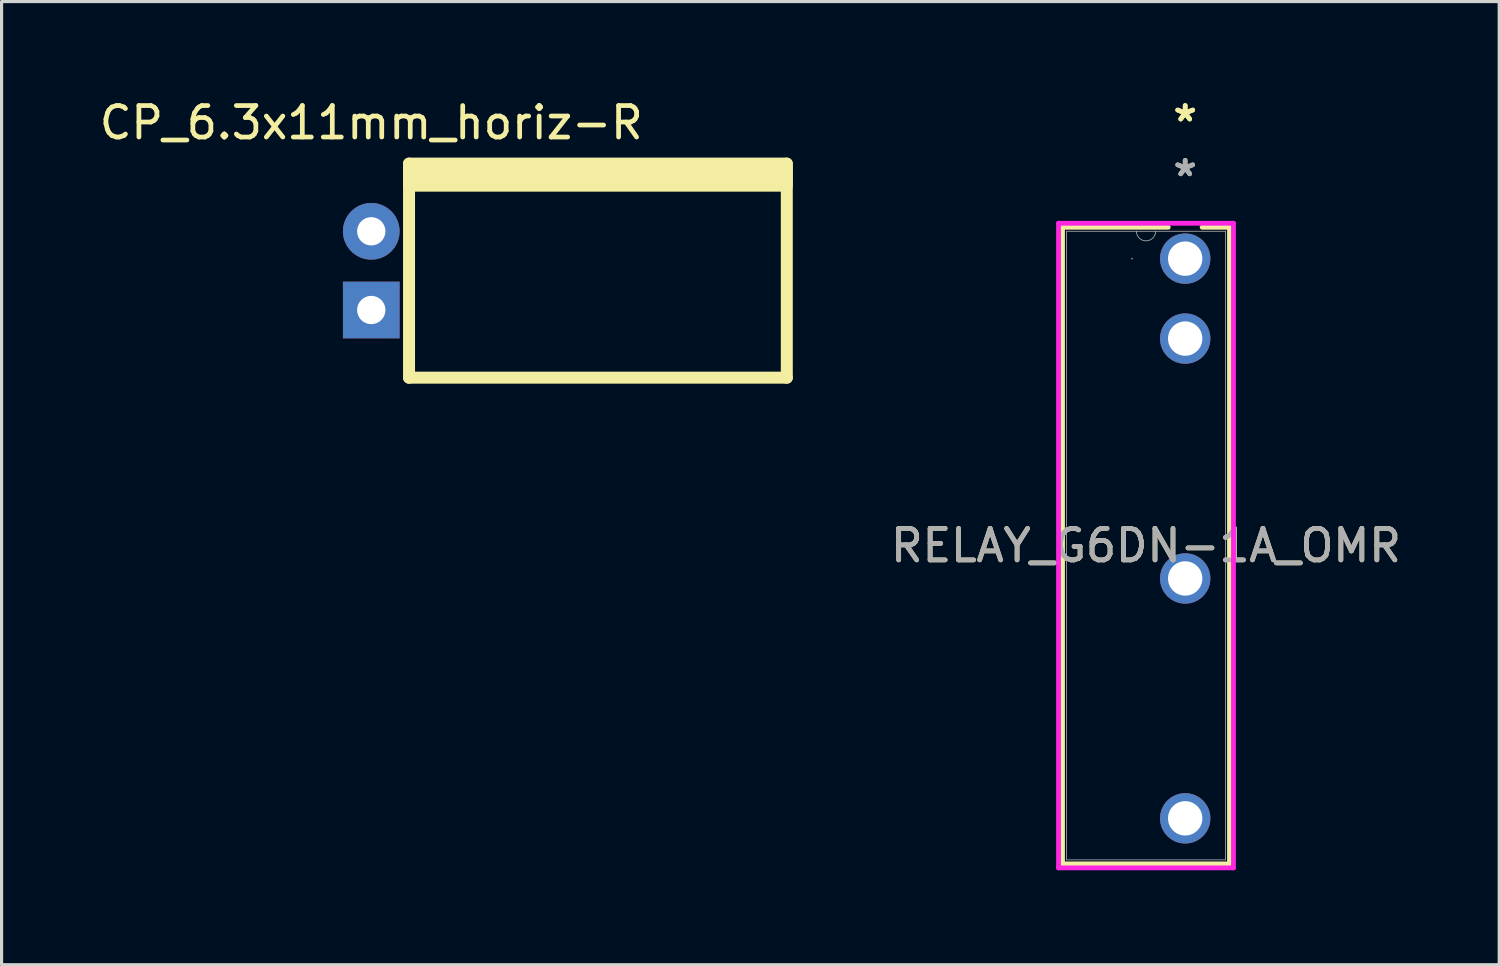
<source format=kicad_pcb>
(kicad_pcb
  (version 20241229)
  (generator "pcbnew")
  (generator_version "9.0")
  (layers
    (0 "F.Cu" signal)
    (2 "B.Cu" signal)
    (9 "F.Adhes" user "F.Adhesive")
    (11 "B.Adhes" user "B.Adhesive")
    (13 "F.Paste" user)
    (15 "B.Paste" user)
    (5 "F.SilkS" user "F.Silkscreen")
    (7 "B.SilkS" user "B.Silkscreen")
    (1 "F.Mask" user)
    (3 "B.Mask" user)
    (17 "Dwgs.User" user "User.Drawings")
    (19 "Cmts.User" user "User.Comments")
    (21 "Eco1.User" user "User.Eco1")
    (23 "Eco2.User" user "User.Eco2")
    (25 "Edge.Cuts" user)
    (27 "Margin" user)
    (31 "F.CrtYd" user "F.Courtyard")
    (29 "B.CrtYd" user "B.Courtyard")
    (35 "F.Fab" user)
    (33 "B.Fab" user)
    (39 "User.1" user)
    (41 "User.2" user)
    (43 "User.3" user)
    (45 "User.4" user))
  (footprint "RELAY_G6DN-1A_OMR"
    (layer "F.Cu")
    (at 34.6 5.166)
    (property "Reference" "RELAY_G6DN-1A_OMR" (at -1.245 9.115 0) (unlocked yes) (layer "F.SilkS") (effects (font (size 1 1) (thickness 0.15))))
    (attr through_hole)
    (fp_line (start -3.897 -0.997) (end -3.897 19.227) (stroke (width 0.152) (type solid)) (layer "F.SilkS"))
    (fp_line (start -3.897 19.227) (end 1.407 19.227) (stroke (width 0.152) (type solid)) (layer "F.SilkS"))
    (fp_line (start -0.538 -0.997) (end -3.897 -0.997) (stroke (width 0.152) (type solid)) (layer "F.SilkS"))
    (fp_line (start 1.407 -0.997) (end 0.538 -0.997) (stroke (width 0.152) (type solid)) (layer "F.SilkS"))
    (fp_line (start 1.407 19.227) (end 1.407 -0.997) (stroke (width 0.152) (type solid)) (layer "F.SilkS"))
    (fp_line (start -4.024 -1.124) (end 1.534 -1.124) (stroke (width 0.152) (type solid)) (layer "F.CrtYd"))
    (fp_line (start -4.024 19.354) (end -4.024 -1.124) (stroke (width 0.152) (type solid)) (layer "F.CrtYd"))
    (fp_line (start 1.534 -1.124) (end 1.534 19.354) (stroke (width 0.152) (type solid)) (layer "F.CrtYd"))
    (fp_line (start 1.534 19.354) (end -4.024 19.354) (stroke (width 0.152) (type solid)) (layer "F.CrtYd"))
    (fp_line (start -3.77 -0.87) (end -3.77 19.1) (stroke (width 0.025) (type solid)) (layer "F.Fab"))
    (fp_line (start -3.77 19.1) (end 1.28 19.1) (stroke (width 0.025) (type solid)) (layer "F.Fab"))
    (fp_line (start 1.28 -0.87) (end -3.77 -0.87) (stroke (width 0.025) (type solid)) (layer "F.Fab"))
    (fp_line (start 1.28 19.1) (end 1.28 -0.87) (stroke (width 0.025) (type solid)) (layer "F.Fab"))
    (fp_arc (start -0.940199 -0.870001) (mid -1.244999 -0.565201) (end -1.549799 -0.870001) (stroke (width 0.0254) (type solid)) (layer "F.Fab"))
    (fp_circle (center -1.69 0) (end -1.69 0) (stroke (width 0.025) (type solid)) (fill no) (layer "F.Fab"))
    (fp_text user "*" (at 0 -4.318 0) (layer "F.SilkS") (effects (font (size 1 1) (thickness 0.15))))
    (fp_text user "*" (at 0 -4.318 0) (unlocked yes) (layer "F.SilkS") (effects (font (size 1 1) (thickness 0.15))))
    (fp_text user "*" (at 0 -2.578 0) (unlocked yes) (layer "F.Fab") (effects (font (size 1 1) (thickness 0.15))))
    (fp_text user "*" (at 0 -2.578 0) (layer "F.Fab") (effects (font (size 1 1) (thickness 0.15))))
    (fp_text user "${REFERENCE}" (at -1.245 9.115 0) (unlocked yes) (layer "F.Fab") (effects (font (size 1 1) (thickness 0.15))))
    (pad "1" thru_hole circle (at 0 0) (size 1.6 1.6) (drill 1.092) (layers "*.Cu" "*.Mask"))
    (pad "2" thru_hole circle (at 0 2.54) (size 1.6 1.6) (drill 1.092) (layers "*.Cu" "*.Mask"))
    (pad "5" thru_hole circle (at 0 10.16) (size 1.6 1.6) (drill 1.092) (layers "*.Cu" "*.Mask"))
    (pad "8" thru_hole circle (at 0 17.78) (size 1.6 1.6) (drill 1.092) (layers "*.Cu" "*.Mask")))
  (footprint "CP_6.3x11mm_horiz-R"
    (layer "F.Cu")
    (at 8.744 5.548)
    (property "Reference" "CP_6.3x11mm_horiz-R" (at 0 -4.7 0) (layer "F.SilkS") (effects (font (size 1 1) (thickness 0.15))))
    (attr through_hole)
    (fp_line (start 1.2 3.4) (end 1.2 -3.4) (stroke (width 0.381) (type solid)) (layer "F.SilkS"))
    (fp_line (start 13.2 -3.4) (end 13.2 3.4) (stroke (width 0.381) (type solid)) (layer "F.SilkS"))
    (fp_line (start 13.2 3.4) (end 1.2 3.4) (stroke (width 0.381) (type solid)) (layer "F.SilkS"))
    (fp_poly (pts (xy 13.2 -2.7) (xy 1.2 -2.7) (xy 1.2 -3.4) (xy 13.2 -3.4)) (stroke (width 0.381) (type solid)) (fill yes) (layer "F.SilkS"))
    (pad "1" thru_hole rect (at 0 1.25) (size 1.8 1.8) (drill 0.9) (layers "*.Cu" "*.Mask"))
    (pad "2" thru_hole circle (at 0 -1.25) (size 1.8 1.8) (drill 0.9) (layers "*.Cu" "*.Mask")))
  (gr_rect
    (start -3 -3)
    (end 44.575 27.596)
    (stroke (width 0.1) (type default))
    (fill no)
    (layer "Edge.Cuts")))
</source>
